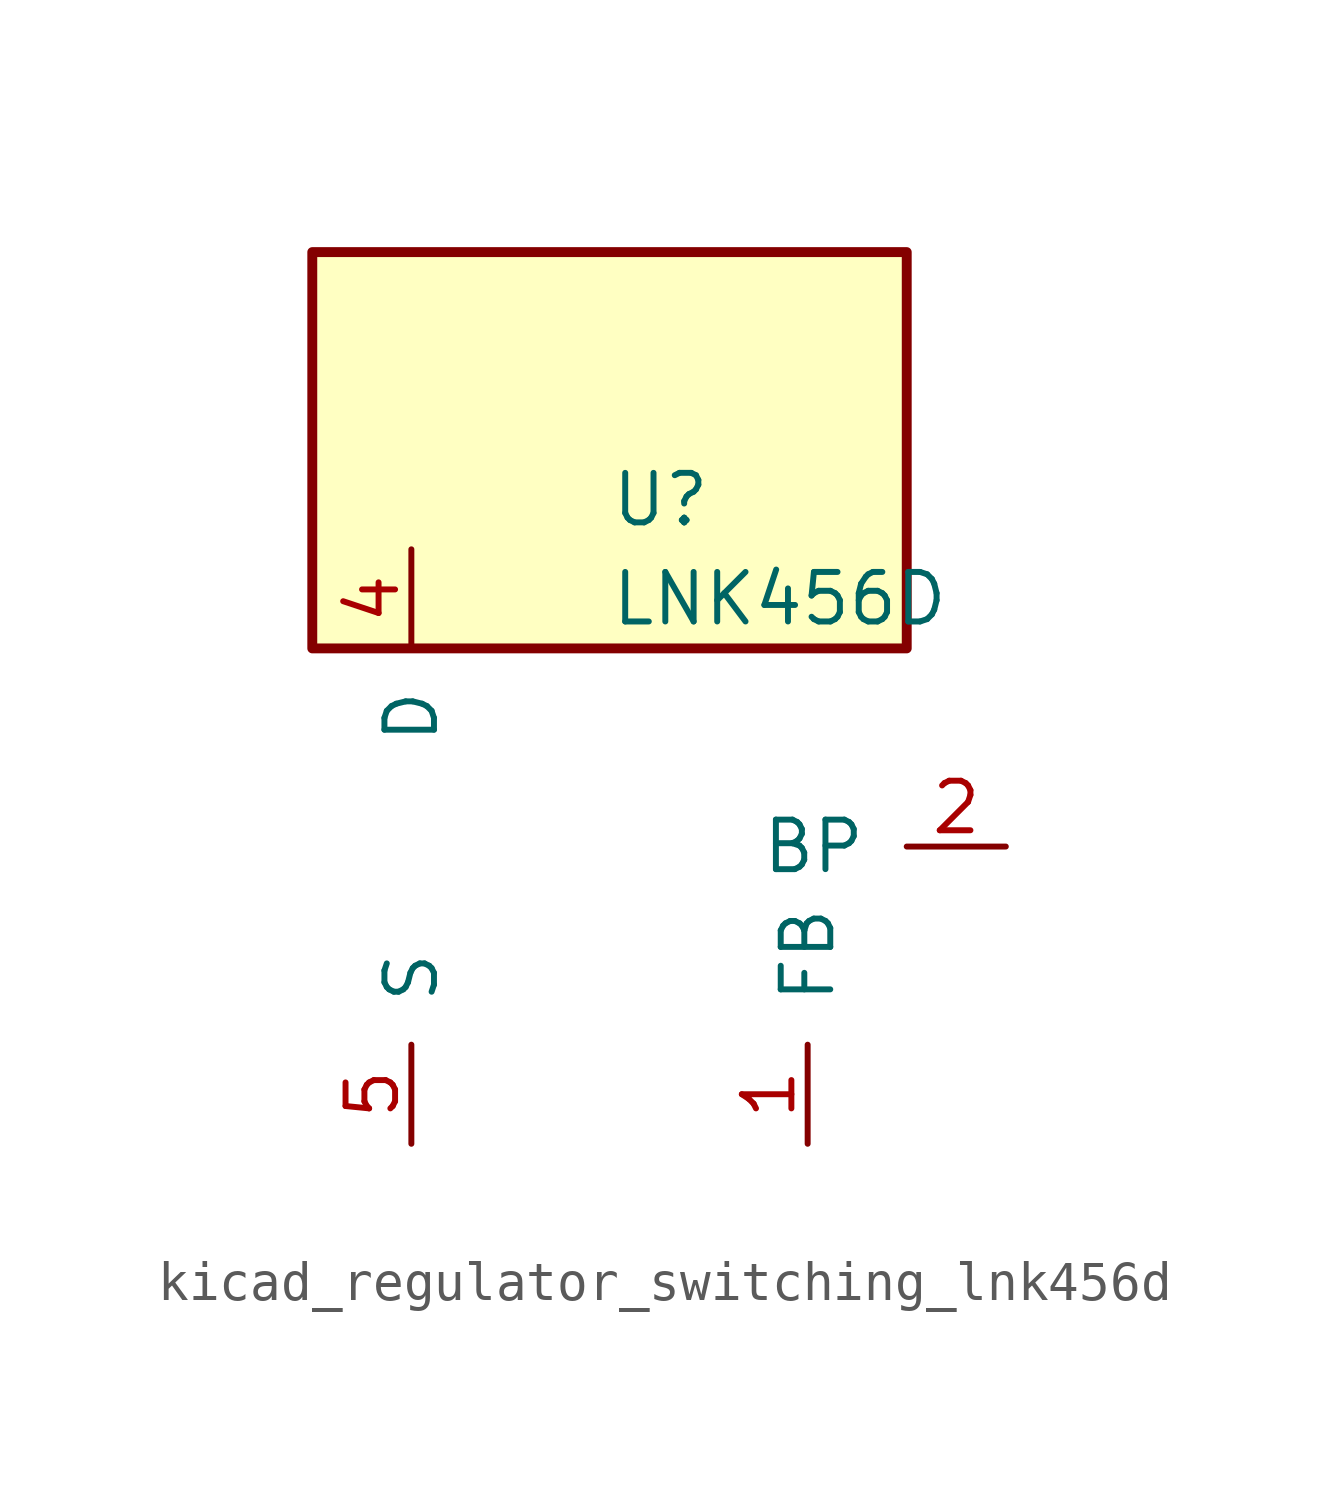
<source format=kicad_sym>
(kicad_symbol_lib
  (version 20220914)
  (generator kicad_symbol_editor)
  (symbol "kicad_regulator_switching_lnk456d"
    (pin_names
      (offset 1.016))
    (property "Reference" "U"
      (at 0 8.89 0)
      (effects (font (size 1.27 1.27)) (justify left)))
    (property "Value" "LNK456D"
      (at 0 6.35 0)
      (effects (font (size 1.27 1.27)) (justify left)))
    (symbol "kicad_regulator_switching_lnk456d_0_1"
      (rectangle (start 7.62 15.24) (end -7.62 5.08) (stroke (width 0.254) (type default)) (fill (type background))))
    (symbol "kicad_regulator_switching_lnk456d_1_1"
      (pin input line (at 5.08 -7.62 90) (length 2.54) (name "FB" (effects (font (size 1.27 1.27)))) (number "1" (effects (font (size 1.27 1.27)))))
      (pin input line (at 10.16 0 180) (length 2.54) (name "BP" (effects (font (size 1.27 1.27)))) (number "2" (effects (font (size 1.27 1.27)))))
      (pin open_collector line (at -5.08 7.62 270) (length 2.54) (name "D" (effects (font (size 1.27 1.27)))) (number "4" (effects (font (size 1.27 1.27)))))
      (pin power_in line (at -5.08 -7.62 90) (length 2.54) (name "S" (effects (font (size 1.27 1.27)))) (number "5" (effects (font (size 1.27 1.27)))))
      (pin passive line (at -5.08 -7.62 90) (length 2.54) hide (name "S" (effects (font (size 1.27 1.27)))) (number "6" (effects (font (size 1.27 1.27)))))
      (pin passive line (at -5.08 -7.62 90) (length 2.54) hide (name "S" (effects (font (size 1.27 1.27)))) (number "7" (effects (font (size 1.27 1.27)))))
      (pin passive line (at -5.08 -7.62 90) (length 2.54) hide (name "S" (effects (font (size 1.27 1.27)))) (number "8" (effects (font (size 1.27 1.27))))))))
</source>
